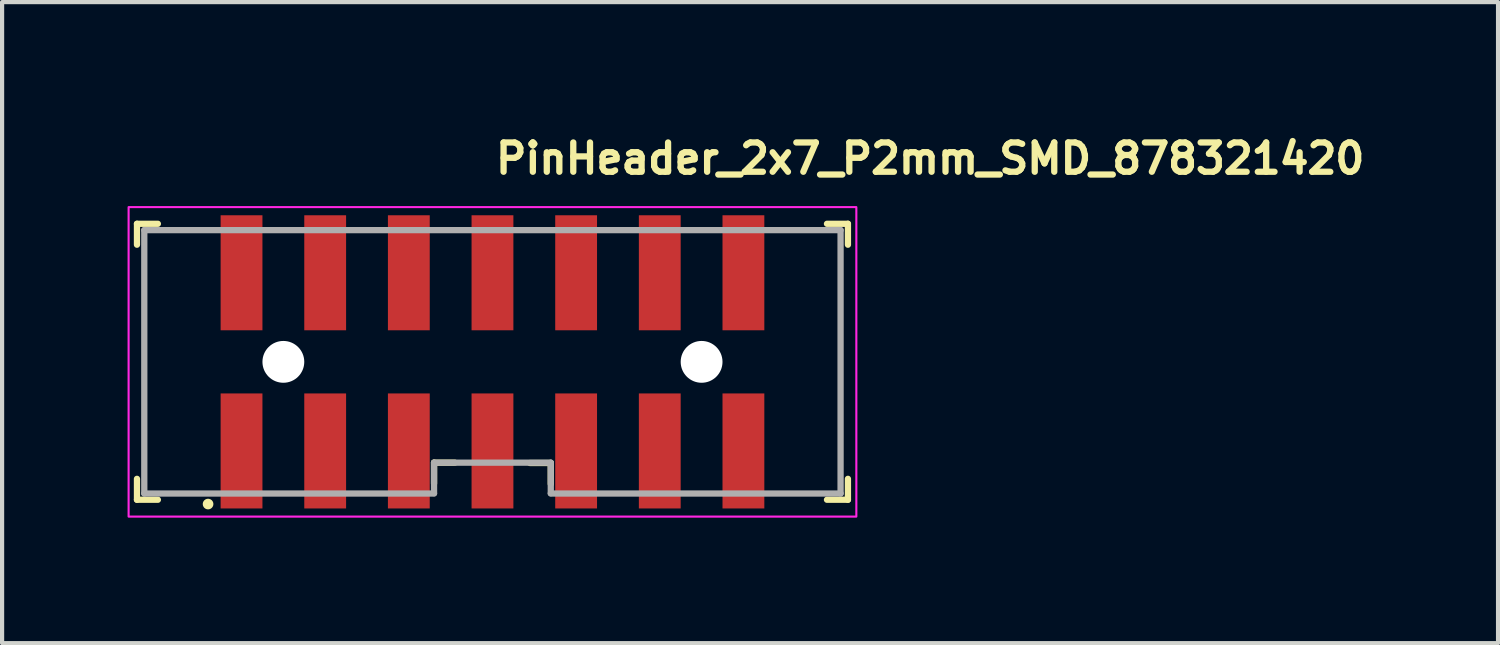
<source format=kicad_pcb>
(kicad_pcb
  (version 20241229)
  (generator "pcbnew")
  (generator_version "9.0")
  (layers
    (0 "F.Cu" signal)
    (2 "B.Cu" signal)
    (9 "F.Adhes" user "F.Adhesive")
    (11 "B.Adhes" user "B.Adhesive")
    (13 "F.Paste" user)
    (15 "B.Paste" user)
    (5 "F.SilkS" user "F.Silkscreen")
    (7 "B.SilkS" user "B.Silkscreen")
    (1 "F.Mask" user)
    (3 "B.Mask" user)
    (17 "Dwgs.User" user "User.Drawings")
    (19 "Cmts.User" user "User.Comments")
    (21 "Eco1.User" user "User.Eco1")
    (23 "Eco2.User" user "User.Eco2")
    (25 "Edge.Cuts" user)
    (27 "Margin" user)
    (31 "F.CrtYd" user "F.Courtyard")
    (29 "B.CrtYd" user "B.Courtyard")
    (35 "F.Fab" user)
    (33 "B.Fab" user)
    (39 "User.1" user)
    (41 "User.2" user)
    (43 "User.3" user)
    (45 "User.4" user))
  (footprint "PinHeader_2x7_P2mm_SMD_878321420"
    (layer "F.Cu")
    (at 8.725 5.602)
    (property "Reference" "PinHeader_2x7_P2mm_SMD_878321420" (at 0 -4.452 0) (layer "F.SilkS") (effects (font (size 0.7 0.7) (thickness 0.15)) (justify left bottom)))
    (attr smd)
    (fp_line (start -8.5 -3.301) (end -8.5 -2.801) (stroke (width 0.15) (type solid)) (layer "F.SilkS"))
    (fp_line (start -8.5 -3.301) (end -8 -3.301) (stroke (width 0.15) (type solid)) (layer "F.SilkS"))
    (fp_line (start -8.5 3.297) (end -8.5 2.797) (stroke (width 0.15) (type solid)) (layer "F.SilkS"))
    (fp_line (start -8.5 3.297) (end -8 3.297) (stroke (width 0.15) (type solid)) (layer "F.SilkS"))
    (fp_line (start -1.397 2.41) (end -1.397 2.91) (stroke (width 0.15) (type solid)) (layer "F.SilkS"))
    (fp_line (start -1.397 2.41) (end -0.9 2.41) (stroke (width 0.15) (type solid)) (layer "F.SilkS"))
    (fp_line (start 1.394 2.418) (end 0.897 2.418) (stroke (width 0.15) (type solid)) (layer "F.SilkS"))
    (fp_line (start 1.394 2.418) (end 1.394 2.918) (stroke (width 0.15) (type solid)) (layer "F.SilkS"))
    (fp_line (start 8.499 -3.301) (end 7.998 -3.301) (stroke (width 0.15) (type solid)) (layer "F.SilkS"))
    (fp_line (start 8.499 -3.301) (end 8.499 -2.801) (stroke (width 0.15) (type solid)) (layer "F.SilkS"))
    (fp_line (start 8.499 3.297) (end 7.998 3.297) (stroke (width 0.15) (type solid)) (layer "F.SilkS"))
    (fp_line (start 8.499 3.297) (end 8.499 2.797) (stroke (width 0.15) (type solid)) (layer "F.SilkS"))
    (fp_circle (center -6.8 3.4) (end -6.748 3.4) (stroke (width 0.15) (type solid)) (fill yes) (layer "F.SilkS"))
    (fp_rect (start -8.7 -3.7) (end 8.7 3.7) (stroke (width 0.05) (type solid)) (fill no) (layer "F.CrtYd"))
    (fp_line (start -8.325 -3.15) (end 8.323 -3.15) (stroke (width 0.15) (type solid)) (layer "F.Fab"))
    (fp_line (start -8.325 3.148) (end -8.325 -3.15) (stroke (width 0.15) (type solid)) (layer "F.Fab"))
    (fp_line (start -8.325 3.148) (end -1.397 3.148) (stroke (width 0.15) (type solid)) (layer "F.Fab"))
    (fp_line (start -1.397 2.41) (end -1.397 3.14) (stroke (width 0.15) (type solid)) (layer "F.Fab"))
    (fp_line (start -1.397 2.41) (end 1.394 2.41) (stroke (width 0.15) (type solid)) (layer "F.Fab"))
    (fp_line (start 1.394 2.41) (end 1.394 3.14) (stroke (width 0.15) (type solid)) (layer "F.Fab"))
    (fp_line (start 1.394 3.148) (end 8.323 3.148) (stroke (width 0.15) (type solid)) (layer "F.Fab"))
    (fp_line (start 8.323 3.148) (end 8.323 -3.15) (stroke (width 0.15) (type solid)) (layer "F.Fab"))
    (fp_rect (start -8.325 -3.15) (end 8.323 3.148) (stroke (width 0.1) (type solid)) (fill no) (layer "User.5"))
    (fp_line (start -8.325 -3.15) (end -8.325 -0.75) (stroke (width 0.02) (type solid)) (layer "User.9"))
    (fp_line (start -8.325 -0.75) (end -8.026 -0.75) (stroke (width 0.02) (type solid)) (layer "User.9"))
    (fp_line (start -8.325 -0.15) (end -8.325 -0.75) (stroke (width 0.02) (type solid)) (layer "User.9"))
    (fp_line (start -8.325 -0.15) (end -7.425 -0.15) (stroke (width 0.02) (type solid)) (layer "User.9"))
    (fp_line (start -8.325 1.148) (end -8.325 -0.15) (stroke (width 0.02) (type solid)) (layer "User.9"))
    (fp_line (start -8.325 1.749) (end -8.325 1.148) (stroke (width 0.02) (type solid)) (layer "User.9"))
    (fp_line (start -8.325 1.749) (end -8.325 3.148) (stroke (width 0.02) (type solid)) (layer "User.9"))
    (fp_line (start -8.026 -2.851) (end 8.025 -2.851) (stroke (width 0.02) (type solid)) (layer "User.9"))
    (fp_line (start -8.026 -0.75) (end -8.026 -2.851) (stroke (width 0.02) (type solid)) (layer "User.9"))
    (fp_line (start -8.026 1.749) (end -8.325 1.749) (stroke (width 0.02) (type solid)) (layer "User.9"))
    (fp_line (start -8.026 2.85) (end -8.026 1.749) (stroke (width 0.02) (type solid)) (layer "User.9"))
    (fp_line (start -7.425 -2.25) (end -8.026 -2.851) (stroke (width 0.02) (type solid)) (layer "User.9"))
    (fp_line (start -7.425 -2.25) (end -7.026 -2.25) (stroke (width 0.02) (type solid)) (layer "User.9"))
    (fp_line (start -7.425 -0.15) (end -8.026 -0.75) (stroke (width 0.02) (type solid)) (layer "User.9"))
    (fp_line (start -7.425 -0.15) (end -7.425 -2.25) (stroke (width 0.02) (type solid)) (layer "User.9"))
    (fp_line (start -7.425 1.148) (end -8.325 1.148) (stroke (width 0.02) (type solid)) (layer "User.9"))
    (fp_line (start -7.425 1.148) (end -8.026 1.749) (stroke (width 0.02) (type solid)) (layer "User.9"))
    (fp_line (start -7.425 2.249) (end -8.026 2.85) (stroke (width 0.02) (type solid)) (layer "User.9"))
    (fp_line (start -7.425 2.249) (end -7.425 1.148) (stroke (width 0.02) (type solid)) (layer "User.9"))
    (fp_line (start -7.026 -2.5) (end -6.396 -2.5) (stroke (width 0.02) (type solid)) (layer "User.9"))
    (fp_line (start -7.026 -2.25) (end -7.026 -2.5) (stroke (width 0.02) (type solid)) (layer "User.9"))
    (fp_line (start -7.026 2.249) (end -7.425 2.249) (stroke (width 0.02) (type solid)) (layer "User.9"))
    (fp_line (start -7.026 2.249) (end -7.026 2.499) (stroke (width 0.02) (type solid)) (layer "User.9"))
    (fp_line (start -7.026 2.499) (end -1.339 2.499) (stroke (width 0.02) (type solid)) (layer "User.9"))
    (fp_line (start -6.396 -2.5) (end -6.396 -2.25) (stroke (width 0.02) (type solid)) (layer "User.9"))
    (fp_line (start -6.396 -2.25) (end -5.595 -2.25) (stroke (width 0.02) (type solid)) (layer "User.9"))
    (fp_line (start -6.327 3.048) (end -5.327 3.048) (stroke (width 0.02) (type solid)) (layer "User.9"))
    (fp_line (start -6.327 3.148) (end -8.325 3.148) (stroke (width 0.02) (type solid)) (layer "User.9"))
    (fp_line (start -6.327 3.148) (end -6.327 3.048) (stroke (width 0.02) (type solid)) (layer "User.9"))
    (fp_line (start -6.327 3.148) (end -5.827 3.148) (stroke (width 0.02) (type solid)) (layer "User.9"))
    (fp_line (start -6.25 -0.75) (end -6.25 -1.25) (stroke (width 0.02) (type solid)) (layer "User.9"))
    (fp_line (start -6.25 1.249) (end -6.25 0.748) (stroke (width 0.02) (type solid)) (layer "User.9"))
    (fp_line (start -6.101 -1.101) (end -6.25 -1.25) (stroke (width 0.02) (type solid)) (layer "User.9"))
    (fp_line (start -6.101 -0.902) (end -6.25 -0.75) (stroke (width 0.02) (type solid)) (layer "User.9"))
    (fp_line (start -6.101 -0.902) (end -6.101 -1.101) (stroke (width 0.02) (type solid)) (layer "User.9"))
    (fp_line (start -6.101 0.9) (end -6.25 0.748) (stroke (width 0.02) (type solid)) (layer "User.9"))
    (fp_line (start -6.101 1.1) (end -6.25 1.249) (stroke (width 0.02) (type solid)) (layer "User.9"))
    (fp_line (start -6.101 1.1) (end -6.101 0.9) (stroke (width 0.02) (type solid)) (layer "User.9"))
    (fp_line (start -5.901 -1.101) (end -6.101 -1.101) (stroke (width 0.02) (type solid)) (layer "User.9"))
    (fp_line (start -5.901 -1.101) (end -5.901 -0.902) (stroke (width 0.02) (type solid)) (layer "User.9"))
    (fp_line (start -5.901 -1.101) (end -5.75 -1.25) (stroke (width 0.02) (type solid)) (layer "User.9"))
    (fp_line (start -5.901 -0.902) (end -6.101 -0.902) (stroke (width 0.02) (type solid)) (layer "User.9"))
    (fp_line (start -5.901 0.9) (end -6.101 0.9) (stroke (width 0.02) (type solid)) (layer "User.9"))
    (fp_line (start -5.901 0.9) (end -5.901 1.1) (stroke (width 0.02) (type solid)) (layer "User.9"))
    (fp_line (start -5.901 0.9) (end -5.75 0.748) (stroke (width 0.02) (type solid)) (layer "User.9"))
    (fp_line (start -5.901 1.1) (end -6.101 1.1) (stroke (width 0.02) (type solid)) (layer "User.9"))
    (fp_line (start -5.901 1.1) (end -5.75 1.249) (stroke (width 0.02) (type solid)) (layer "User.9"))
    (fp_line (start -5.827 3.148) (end -5.827 3.048) (stroke (width 0.02) (type solid)) (layer "User.9"))
    (fp_line (start -5.827 3.148) (end -5.327 3.148) (stroke (width 0.02) (type solid)) (layer "User.9"))
    (fp_line (start -5.75 -1.25) (end -6.25 -1.25) (stroke (width 0.02) (type solid)) (layer "User.9"))
    (fp_line (start -5.75 -1.25) (end -5.75 -0.75) (stroke (width 0.02) (type solid)) (layer "User.9"))
    (fp_line (start -5.75 -0.75) (end -6.25 -0.75) (stroke (width 0.02) (type solid)) (layer "User.9"))
    (fp_line (start -5.75 -0.75) (end -5.901 -0.902) (stroke (width 0.02) (type solid)) (layer "User.9"))
    (fp_line (start -5.75 0.748) (end -6.25 0.748) (stroke (width 0.02) (type solid)) (layer "User.9"))
    (fp_line (start -5.75 0.748) (end -5.75 1.249) (stroke (width 0.02) (type solid)) (layer "User.9"))
    (fp_line (start -5.75 1.249) (end -6.25 1.249) (stroke (width 0.02) (type solid)) (layer "User.9"))
    (fp_line (start -5.614 2.249) (end -2.388 2.249) (stroke (width 0.02) (type solid)) (layer "User.9"))
    (fp_line (start -5.614 2.499) (end -5.614 2.249) (stroke (width 0.02) (type solid)) (layer "User.9"))
    (fp_line (start -5.595 -2.5) (end -0.402 -2.5) (stroke (width 0.02) (type solid)) (layer "User.9"))
    (fp_line (start -5.595 -2.25) (end -5.595 -2.5) (stroke (width 0.02) (type solid)) (layer "User.9"))
    (fp_line (start -5.327 3.148) (end -5.327 3.048) (stroke (width 0.02) (type solid)) (layer "User.9"))
    (fp_line (start -4.25 -0.75) (end -4.25 -1.25) (stroke (width 0.02) (type solid)) (layer "User.9"))
    (fp_line (start -4.25 1.249) (end -4.25 0.748) (stroke (width 0.02) (type solid)) (layer "User.9"))
    (fp_line (start -4.138 2.499) (end -4.202 2.249) (stroke (width 0.02) (type solid)) (layer "User.9"))
    (fp_line (start -4.1 -1.101) (end -4.25 -1.25) (stroke (width 0.02) (type solid)) (layer "User.9"))
    (fp_line (start -4.1 -0.902) (end -4.25 -0.75) (stroke (width 0.02) (type solid)) (layer "User.9"))
    (fp_line (start -4.1 -0.902) (end -4.1 -1.101) (stroke (width 0.02) (type solid)) (layer "User.9"))
    (fp_line (start -4.1 0.9) (end -4.25 0.748) (stroke (width 0.02) (type solid)) (layer "User.9"))
    (fp_line (start -4.1 1.1) (end -4.25 1.249) (stroke (width 0.02) (type solid)) (layer "User.9"))
    (fp_line (start -4.1 1.1) (end -4.1 0.9) (stroke (width 0.02) (type solid)) (layer "User.9"))
    (fp_line (start -3.9 -1.101) (end -4.1 -1.101) (stroke (width 0.02) (type solid)) (layer "User.9"))
    (fp_line (start -3.9 -1.101) (end -3.9 -0.902) (stroke (width 0.02) (type solid)) (layer "User.9"))
    (fp_line (start -3.9 -1.101) (end -3.75 -1.25) (stroke (width 0.02) (type solid)) (layer "User.9"))
    (fp_line (start -3.9 -0.902) (end -4.1 -0.902) (stroke (width 0.02) (type solid)) (layer "User.9"))
    (fp_line (start -3.9 0.9) (end -4.1 0.9) (stroke (width 0.02) (type solid)) (layer "User.9"))
    (fp_line (start -3.9 0.9) (end -3.9 1.1) (stroke (width 0.02) (type solid)) (layer "User.9"))
    (fp_line (start -3.9 0.9) (end -3.75 0.748) (stroke (width 0.02) (type solid)) (layer "User.9"))
    (fp_line (start -3.9 1.1) (end -4.1 1.1) (stroke (width 0.02) (type solid)) (layer "User.9"))
    (fp_line (start -3.9 1.1) (end -3.75 1.249) (stroke (width 0.02) (type solid)) (layer "User.9"))
    (fp_line (start -3.863 2.499) (end -3.801 2.249) (stroke (width 0.02) (type solid)) (layer "User.9"))
    (fp_line (start -3.75 -1.25) (end -4.25 -1.25) (stroke (width 0.02) (type solid)) (layer "User.9"))
    (fp_line (start -3.75 -1.25) (end -3.75 -0.75) (stroke (width 0.02) (type solid)) (layer "User.9"))
    (fp_line (start -3.75 -0.75) (end -4.25 -0.75) (stroke (width 0.02) (type solid)) (layer "User.9"))
    (fp_line (start -3.75 -0.75) (end -3.9 -0.902) (stroke (width 0.02) (type solid)) (layer "User.9"))
    (fp_line (start -3.75 0.748) (end -4.25 0.748) (stroke (width 0.02) (type solid)) (layer "User.9"))
    (fp_line (start -3.75 0.748) (end -3.75 1.249) (stroke (width 0.02) (type solid)) (layer "User.9"))
    (fp_line (start -3.75 1.249) (end -4.25 1.249) (stroke (width 0.02) (type solid)) (layer "User.9"))
    (fp_line (start -2.388 2.499) (end -2.388 2.249) (stroke (width 0.02) (type solid)) (layer "User.9"))
    (fp_line (start -2.25 -0.75) (end -2.25 -1.25) (stroke (width 0.02) (type solid)) (layer "User.9"))
    (fp_line (start -2.25 1.249) (end -2.25 0.748) (stroke (width 0.02) (type solid)) (layer "User.9"))
    (fp_line (start -2.101 -1.101) (end -2.25 -1.25) (stroke (width 0.02) (type solid)) (layer "User.9"))
    (fp_line (start -2.101 -0.902) (end -2.25 -0.75) (stroke (width 0.02) (type solid)) (layer "User.9"))
    (fp_line (start -2.101 -0.902) (end -2.101 -1.101) (stroke (width 0.02) (type solid)) (layer "User.9"))
    (fp_line (start -2.101 0.9) (end -2.25 0.748) (stroke (width 0.02) (type solid)) (layer "User.9"))
    (fp_line (start -2.101 1.1) (end -2.25 1.249) (stroke (width 0.02) (type solid)) (layer "User.9"))
    (fp_line (start -2.101 1.1) (end -2.101 0.9) (stroke (width 0.02) (type solid)) (layer "User.9"))
    (fp_line (start -2 2.85) (end -8.026 2.85) (stroke (width 0.02) (type solid)) (layer "User.9"))
    (fp_line (start -2 2.85) (end -1.972 2.849) (stroke (width 0.02) (type solid)) (layer "User.9"))
    (fp_line (start -2 3.148) (end -5.327 3.148) (stroke (width 0.02) (type solid)) (layer "User.9"))
    (fp_line (start -1.972 2.849) (end -1.942 2.846) (stroke (width 0.02) (type solid)) (layer "User.9"))
    (fp_line (start -1.942 2.846) (end -1.915 2.845) (stroke (width 0.02) (type solid)) (layer "User.9"))
    (fp_line (start -1.915 2.845) (end -1.887 2.841) (stroke (width 0.02) (type solid)) (layer "User.9"))
    (fp_line (start -1.901 -1.101) (end -2.101 -1.101) (stroke (width 0.02) (type solid)) (layer "User.9"))
    (fp_line (start -1.901 -1.101) (end -1.901 -0.902) (stroke (width 0.02) (type solid)) (layer "User.9"))
    (fp_line (start -1.901 -1.101) (end -1.75 -1.25) (stroke (width 0.02) (type solid)) (layer "User.9"))
    (fp_line (start -1.901 -0.902) (end -2.101 -0.902) (stroke (width 0.02) (type solid)) (layer "User.9"))
    (fp_line (start -1.901 0.9) (end -2.101 0.9) (stroke (width 0.02) (type solid)) (layer "User.9"))
    (fp_line (start -1.901 0.9) (end -1.901 1.1) (stroke (width 0.02) (type solid)) (layer "User.9"))
    (fp_line (start -1.901 0.9) (end -1.75 0.748) (stroke (width 0.02) (type solid)) (layer "User.9"))
    (fp_line (start -1.901 1.1) (end -2.101 1.1) (stroke (width 0.02) (type solid)) (layer "User.9"))
    (fp_line (start -1.901 1.1) (end -1.75 1.249) (stroke (width 0.02) (type solid)) (layer "User.9"))
    (fp_line (start -1.887 2.841) (end -1.861 2.837) (stroke (width 0.02) (type solid)) (layer "User.9"))
    (fp_line (start -1.861 2.837) (end -1.835 2.831) (stroke (width 0.02) (type solid)) (layer "User.9"))
    (fp_line (start -1.835 2.831) (end -1.809 2.826) (stroke (width 0.02) (type solid)) (layer "User.9"))
    (fp_line (start -1.809 2.826) (end -1.784 2.819) (stroke (width 0.02) (type solid)) (layer "User.9"))
    (fp_line (start -1.784 2.819) (end -1.76 2.813) (stroke (width 0.02) (type solid)) (layer "User.9"))
    (fp_line (start -1.76 2.813) (end -1.736 2.805) (stroke (width 0.02) (type solid)) (layer "User.9"))
    (fp_line (start -1.75 -1.25) (end -2.25 -1.25) (stroke (width 0.02) (type solid)) (layer "User.9"))
    (fp_line (start -1.75 -1.25) (end -1.75 -0.75) (stroke (width 0.02) (type solid)) (layer "User.9"))
    (fp_line (start -1.75 -0.75) (end -2.25 -0.75) (stroke (width 0.02) (type solid)) (layer "User.9"))
    (fp_line (start -1.75 -0.75) (end -1.901 -0.902) (stroke (width 0.02) (type solid)) (layer "User.9"))
    (fp_line (start -1.75 0.748) (end -2.25 0.748) (stroke (width 0.02) (type solid)) (layer "User.9"))
    (fp_line (start -1.75 0.748) (end -1.75 1.249) (stroke (width 0.02) (type solid)) (layer "User.9"))
    (fp_line (start -1.75 1.249) (end -2.25 1.249) (stroke (width 0.02) (type solid)) (layer "User.9"))
    (fp_line (start -1.736 2.805) (end -1.714 2.796) (stroke (width 0.02) (type solid)) (layer "User.9"))
    (fp_line (start -1.714 2.796) (end -1.692 2.786) (stroke (width 0.02) (type solid)) (layer "User.9"))
    (fp_line (start -1.692 2.786) (end -1.67 2.777) (stroke (width 0.02) (type solid)) (layer "User.9"))
    (fp_line (start -1.67 2.777) (end -1.649 2.766) (stroke (width 0.02) (type solid)) (layer "User.9"))
    (fp_line (start -1.649 2.766) (end -1.607 2.745) (stroke (width 0.02) (type solid)) (layer "User.9"))
    (fp_line (start -1.607 2.745) (end -1.607 2.745) (stroke (width 0.02) (type solid)) (layer "User.9"))
    (fp_line (start -1.607 2.745) (end -1.587 2.733) (stroke (width 0.02) (type solid)) (layer "User.9"))
    (fp_line (start -1.587 2.733) (end -1.567 2.721) (stroke (width 0.02) (type solid)) (layer "User.9"))
    (fp_line (start -1.567 2.721) (end -1.549 2.709) (stroke (width 0.02) (type solid)) (layer "User.9"))
    (fp_line (start -1.549 2.709) (end -1.53 2.696) (stroke (width 0.02) (type solid)) (layer "User.9"))
    (fp_line (start -1.53 2.696) (end -1.512 2.681) (stroke (width 0.02) (type solid)) (layer "User.9"))
    (fp_line (start -1.512 2.681) (end -1.494 2.668) (stroke (width 0.02) (type solid)) (layer "User.9"))
    (fp_line (start -1.494 2.668) (end -1.476 2.653) (stroke (width 0.02) (type solid)) (layer "User.9"))
    (fp_line (start -1.476 2.653) (end -1.46 2.639) (stroke (width 0.02) (type solid)) (layer "User.9"))
    (fp_line (start -1.46 2.639) (end -1.442 2.623) (stroke (width 0.02) (type solid)) (layer "User.9"))
    (fp_line (start -1.442 2.623) (end -1.426 2.607) (stroke (width 0.02) (type solid)) (layer "User.9"))
    (fp_line (start -1.436 3.148) (end -2 3.148) (stroke (width 0.02) (type solid)) (layer "User.9"))
    (fp_line (start -1.436 3.148) (end -1.436 3.148) (stroke (width 0.02) (type solid)) (layer "User.9"))
    (fp_line (start -1.426 2.607) (end -1.41 2.589) (stroke (width 0.02) (type solid)) (layer "User.9"))
    (fp_line (start -1.41 2.589) (end -1.395 2.572) (stroke (width 0.02) (type solid)) (layer "User.9"))
    (fp_line (start -1.395 2.572) (end -1.381 2.555) (stroke (width 0.02) (type solid)) (layer "User.9"))
    (fp_line (start -1.381 2.555) (end -1.367 2.536) (stroke (width 0.02) (type solid)) (layer "User.9"))
    (fp_line (start -1.367 2.536) (end -1.353 2.519) (stroke (width 0.02) (type solid)) (layer "User.9"))
    (fp_line (start -1.353 2.519) (end -1.339 2.499) (stroke (width 0.02) (type solid)) (layer "User.9"))
    (fp_line (start -1.339 2.499) (end -1.2 2.499) (stroke (width 0.02) (type solid)) (layer "User.9"))
    (fp_line (start -1.323 3.148) (end -1.436 3.148) (stroke (width 0.02) (type solid)) (layer "User.9"))
    (fp_line (start -1.323 3.148) (end -1.323 3.148) (stroke (width 0.02) (type solid)) (layer "User.9"))
    (fp_line (start -1.28 3.148) (end -1.323 3.148) (stroke (width 0.02) (type solid)) (layer "User.9"))
    (fp_line (start -1.28 3.148) (end -1.28 3.148) (stroke (width 0.02) (type solid)) (layer "User.9"))
    (fp_line (start -1.246 3.148) (end -1.28 3.148) (stroke (width 0.02) (type solid)) (layer "User.9"))
    (fp_line (start -1.246 3.148) (end -1.246 3.148) (stroke (width 0.02) (type solid)) (layer "User.9"))
    (fp_line (start -1.222 3.148) (end -1.246 3.148) (stroke (width 0.02) (type solid)) (layer "User.9"))
    (fp_line (start -1.222 3.148) (end -1.222 3.148) (stroke (width 0.02) (type solid)) (layer "User.9"))
    (fp_line (start -1.206 3.148) (end -1.222 3.148) (stroke (width 0.02) (type solid)) (layer "User.9"))
    (fp_line (start -1.206 3.148) (end -1.206 3.148) (stroke (width 0.02) (type solid)) (layer "User.9"))
    (fp_line (start -1.2 3.148) (end -1.206 3.148) (stroke (width 0.02) (type solid)) (layer "User.9"))
    (fp_line (start -1.2 3.148) (end -1.2 2.499) (stroke (width 0.02) (type solid)) (layer "User.9"))
    (fp_line (start -1.2 3.148) (end 1.199 3.148) (stroke (width 0.02) (type solid)) (layer "User.9"))
    (fp_line (start -0.402 -2.5) (end -0.402 -2.25) (stroke (width 0.02) (type solid)) (layer "User.9"))
    (fp_line (start -0.402 -2.25) (end 0.4 -2.25) (stroke (width 0.02) (type solid)) (layer "User.9"))
    (fp_line (start -0.25 -0.75) (end -0.25 -1.25) (stroke (width 0.02) (type solid)) (layer "User.9"))
    (fp_line (start -0.25 1.249) (end -0.25 0.748) (stroke (width 0.02) (type solid)) (layer "User.9"))
    (fp_line (start -0.102 -1.101) (end -0.25 -1.25) (stroke (width 0.02) (type solid)) (layer "User.9"))
    (fp_line (start -0.102 -0.902) (end -0.25 -0.75) (stroke (width 0.02) (type solid)) (layer "User.9"))
    (fp_line (start -0.102 -0.902) (end -0.102 -1.101) (stroke (width 0.02) (type solid)) (layer "User.9"))
    (fp_line (start -0.102 0.9) (end -0.25 0.748) (stroke (width 0.02) (type solid)) (layer "User.9"))
    (fp_line (start -0.102 1.1) (end -0.25 1.249) (stroke (width 0.02) (type solid)) (layer "User.9"))
    (fp_line (start -0.102 1.1) (end -0.102 0.9) (stroke (width 0.02) (type solid)) (layer "User.9"))
    (fp_line (start 0.1 -1.101) (end -0.102 -1.101) (stroke (width 0.02) (type solid)) (layer "User.9"))
    (fp_line (start 0.1 -1.101) (end 0.1 -0.902) (stroke (width 0.02) (type solid)) (layer "User.9"))
    (fp_line (start 0.1 -1.101) (end 0.248 -1.25) (stroke (width 0.02) (type solid)) (layer "User.9"))
    (fp_line (start 0.1 -0.902) (end -0.102 -0.902) (stroke (width 0.02) (type solid)) (layer "User.9"))
    (fp_line (start 0.1 0.9) (end -0.102 0.9) (stroke (width 0.02) (type solid)) (layer "User.9"))
    (fp_line (start 0.1 0.9) (end 0.1 1.1) (stroke (width 0.02) (type solid)) (layer "User.9"))
    (fp_line (start 0.1 0.9) (end 0.248 0.748) (stroke (width 0.02) (type solid)) (layer "User.9"))
    (fp_line (start 0.1 1.1) (end -0.102 1.1) (stroke (width 0.02) (type solid)) (layer "User.9"))
    (fp_line (start 0.1 1.1) (end 0.248 1.249) (stroke (width 0.02) (type solid)) (layer "User.9"))
    (fp_line (start 0.248 -1.25) (end -0.25 -1.25) (stroke (width 0.02) (type solid)) (layer "User.9"))
    (fp_line (start 0.248 -1.25) (end 0.248 -0.75) (stroke (width 0.02) (type solid)) (layer "User.9"))
    (fp_line (start 0.248 -0.75) (end -0.25 -0.75) (stroke (width 0.02) (type solid)) (layer "User.9"))
    (fp_line (start 0.248 -0.75) (end 0.1 -0.902) (stroke (width 0.02) (type solid)) (layer "User.9"))
    (fp_line (start 0.248 0.748) (end -0.25 0.748) (stroke (width 0.02) (type solid)) (layer "User.9"))
    (fp_line (start 0.248 0.748) (end 0.248 1.249) (stroke (width 0.02) (type solid)) (layer "User.9"))
    (fp_line (start 0.248 1.249) (end -0.25 1.249) (stroke (width 0.02) (type solid)) (layer "User.9"))
    (fp_line (start 0.4 -2.5) (end 5.594 -2.5) (stroke (width 0.02) (type solid)) (layer "User.9"))
    (fp_line (start 0.4 -2.25) (end 0.4 -2.5) (stroke (width 0.02) (type solid)) (layer "User.9"))
    (fp_line (start 1.199 2.499) (end 1.199 3.148) (stroke (width 0.02) (type solid)) (layer "User.9"))
    (fp_line (start 1.199 2.499) (end 1.338 2.499) (stroke (width 0.02) (type solid)) (layer "User.9"))
    (fp_line (start 1.205 3.148) (end 1.199 3.148) (stroke (width 0.02) (type solid)) (layer "User.9"))
    (fp_line (start 1.205 3.148) (end 1.205 3.148) (stroke (width 0.02) (type solid)) (layer "User.9"))
    (fp_line (start 1.219 3.148) (end 1.205 3.148) (stroke (width 0.02) (type solid)) (layer "User.9"))
    (fp_line (start 1.219 3.148) (end 1.219 3.148) (stroke (width 0.02) (type solid)) (layer "User.9"))
    (fp_line (start 1.243 3.148) (end 1.219 3.148) (stroke (width 0.02) (type solid)) (layer "User.9"))
    (fp_line (start 1.243 3.148) (end 1.243 3.148) (stroke (width 0.02) (type solid)) (layer "User.9"))
    (fp_line (start 1.279 3.148) (end 1.243 3.148) (stroke (width 0.02) (type solid)) (layer "User.9"))
    (fp_line (start 1.279 3.148) (end 1.279 3.148) (stroke (width 0.02) (type solid)) (layer "User.9"))
    (fp_line (start 1.322 3.148) (end 1.279 3.148) (stroke (width 0.02) (type solid)) (layer "User.9"))
    (fp_line (start 1.322 3.148) (end 1.322 3.148) (stroke (width 0.02) (type solid)) (layer "User.9"))
    (fp_line (start 1.338 2.499) (end 1.35 2.519) (stroke (width 0.02) (type solid)) (layer "User.9"))
    (fp_line (start 1.338 2.499) (end 7.025 2.499) (stroke (width 0.02) (type solid)) (layer "User.9"))
    (fp_line (start 1.35 2.519) (end 1.364 2.536) (stroke (width 0.02) (type solid)) (layer "User.9"))
    (fp_line (start 1.364 2.536) (end 1.38 2.555) (stroke (width 0.02) (type solid)) (layer "User.9"))
    (fp_line (start 1.374 3.148) (end 1.322 3.148) (stroke (width 0.02) (type solid)) (layer "User.9"))
    (fp_line (start 1.374 3.148) (end 1.374 3.148) (stroke (width 0.02) (type solid)) (layer "User.9"))
    (fp_line (start 1.38 2.555) (end 1.394 2.572) (stroke (width 0.02) (type solid)) (layer "User.9"))
    (fp_line (start 1.394 2.572) (end 1.409 2.589) (stroke (width 0.02) (type solid)) (layer "User.9"))
    (fp_line (start 1.409 2.589) (end 1.425 2.607) (stroke (width 0.02) (type solid)) (layer "User.9"))
    (fp_line (start 1.425 2.607) (end 1.441 2.623) (stroke (width 0.02) (type solid)) (layer "User.9"))
    (fp_line (start 1.433 3.148) (end 1.374 3.148) (stroke (width 0.02) (type solid)) (layer "User.9"))
    (fp_line (start 1.433 3.148) (end 1.433 3.148) (stroke (width 0.02) (type solid)) (layer "User.9"))
    (fp_line (start 1.441 2.623) (end 1.457 2.639) (stroke (width 0.02) (type solid)) (layer "User.9"))
    (fp_line (start 1.457 2.639) (end 1.475 2.653) (stroke (width 0.02) (type solid)) (layer "User.9"))
    (fp_line (start 1.475 2.653) (end 1.491 2.668) (stroke (width 0.02) (type solid)) (layer "User.9"))
    (fp_line (start 1.491 2.668) (end 1.509 2.681) (stroke (width 0.02) (type solid)) (layer "User.9"))
    (fp_line (start 1.509 2.681) (end 1.527 2.696) (stroke (width 0.02) (type solid)) (layer "User.9"))
    (fp_line (start 1.527 2.696) (end 1.546 2.709) (stroke (width 0.02) (type solid)) (layer "User.9"))
    (fp_line (start 1.546 2.709) (end 1.566 2.721) (stroke (width 0.02) (type solid)) (layer "User.9"))
    (fp_line (start 1.566 2.721) (end 1.584 2.733) (stroke (width 0.02) (type solid)) (layer "User.9"))
    (fp_line (start 1.584 2.733) (end 1.604 2.745) (stroke (width 0.02) (type solid)) (layer "User.9"))
    (fp_line (start 1.604 2.745) (end 1.604 2.745) (stroke (width 0.02) (type solid)) (layer "User.9"))
    (fp_line (start 1.604 2.745) (end 1.626 2.757) (stroke (width 0.02) (type solid)) (layer "User.9"))
    (fp_line (start 1.626 2.757) (end 1.646 2.766) (stroke (width 0.02) (type solid)) (layer "User.9"))
    (fp_line (start 1.646 2.766) (end 1.667 2.777) (stroke (width 0.02) (type solid)) (layer "User.9"))
    (fp_line (start 1.667 2.777) (end 1.689 2.786) (stroke (width 0.02) (type solid)) (layer "User.9"))
    (fp_line (start 1.689 2.786) (end 1.713 2.796) (stroke (width 0.02) (type solid)) (layer "User.9"))
    (fp_line (start 1.713 2.796) (end 1.735 2.805) (stroke (width 0.02) (type solid)) (layer "User.9"))
    (fp_line (start 1.735 2.805) (end 1.759 2.813) (stroke (width 0.02) (type solid)) (layer "User.9"))
    (fp_line (start 1.749 -0.75) (end 1.749 -1.25) (stroke (width 0.02) (type solid)) (layer "User.9"))
    (fp_line (start 1.749 1.249) (end 1.749 0.748) (stroke (width 0.02) (type solid)) (layer "User.9"))
    (fp_line (start 1.759 2.813) (end 1.783 2.819) (stroke (width 0.02) (type solid)) (layer "User.9"))
    (fp_line (start 1.783 2.819) (end 1.806 2.826) (stroke (width 0.02) (type solid)) (layer "User.9"))
    (fp_line (start 1.806 2.826) (end 1.832 2.831) (stroke (width 0.02) (type solid)) (layer "User.9"))
    (fp_line (start 1.832 2.831) (end 1.858 2.837) (stroke (width 0.02) (type solid)) (layer "User.9"))
    (fp_line (start 1.858 2.837) (end 1.884 2.841) (stroke (width 0.02) (type solid)) (layer "User.9"))
    (fp_line (start 1.884 2.841) (end 1.912 2.845) (stroke (width 0.02) (type solid)) (layer "User.9"))
    (fp_line (start 1.898 -1.101) (end 1.749 -1.25) (stroke (width 0.02) (type solid)) (layer "User.9"))
    (fp_line (start 1.898 -0.902) (end 1.749 -0.75) (stroke (width 0.02) (type solid)) (layer "User.9"))
    (fp_line (start 1.898 -0.902) (end 1.898 -1.101) (stroke (width 0.02) (type solid)) (layer "User.9"))
    (fp_line (start 1.898 0.9) (end 1.749 0.748) (stroke (width 0.02) (type solid)) (layer "User.9"))
    (fp_line (start 1.898 1.1) (end 1.749 1.249) (stroke (width 0.02) (type solid)) (layer "User.9"))
    (fp_line (start 1.898 1.1) (end 1.898 0.9) (stroke (width 0.02) (type solid)) (layer "User.9"))
    (fp_line (start 1.912 2.845) (end 1.941 2.846) (stroke (width 0.02) (type solid)) (layer "User.9"))
    (fp_line (start 1.941 2.846) (end 1.969 2.849) (stroke (width 0.02) (type solid)) (layer "User.9"))
    (fp_line (start 1.969 2.849) (end 1.999 2.85) (stroke (width 0.02) (type solid)) (layer "User.9"))
    (fp_line (start 1.999 3.148) (end 1.433 3.148) (stroke (width 0.02) (type solid)) (layer "User.9"))
    (fp_line (start 2.1 -1.101) (end 1.898 -1.101) (stroke (width 0.02) (type solid)) (layer "User.9"))
    (fp_line (start 2.1 -1.101) (end 2.1 -0.902) (stroke (width 0.02) (type solid)) (layer "User.9"))
    (fp_line (start 2.1 -1.101) (end 2.249 -1.25) (stroke (width 0.02) (type solid)) (layer "User.9"))
    (fp_line (start 2.1 -0.902) (end 1.898 -0.902) (stroke (width 0.02) (type solid)) (layer "User.9"))
    (fp_line (start 2.1 0.9) (end 1.898 0.9) (stroke (width 0.02) (type solid)) (layer "User.9"))
    (fp_line (start 2.1 0.9) (end 2.1 1.1) (stroke (width 0.02) (type solid)) (layer "User.9"))
    (fp_line (start 2.1 0.9) (end 2.249 0.748) (stroke (width 0.02) (type solid)) (layer "User.9"))
    (fp_line (start 2.1 1.1) (end 1.898 1.1) (stroke (width 0.02) (type solid)) (layer "User.9"))
    (fp_line (start 2.1 1.1) (end 2.249 1.249) (stroke (width 0.02) (type solid)) (layer "User.9"))
    (fp_line (start 2.249 -1.25) (end 1.749 -1.25) (stroke (width 0.02) (type solid)) (layer "User.9"))
    (fp_line (start 2.249 -1.25) (end 2.249 -0.75) (stroke (width 0.02) (type solid)) (layer "User.9"))
    (fp_line (start 2.249 -0.75) (end 1.749 -0.75) (stroke (width 0.02) (type solid)) (layer "User.9"))
    (fp_line (start 2.249 -0.75) (end 2.1 -0.902) (stroke (width 0.02) (type solid)) (layer "User.9"))
    (fp_line (start 2.249 0.748) (end 1.749 0.748) (stroke (width 0.02) (type solid)) (layer "User.9"))
    (fp_line (start 2.249 0.748) (end 2.249 1.249) (stroke (width 0.02) (type solid)) (layer "User.9"))
    (fp_line (start 2.249 1.249) (end 1.749 1.249) (stroke (width 0.02) (type solid)) (layer "User.9"))
    (fp_line (start 2.386 2.499) (end 2.386 2.249) (stroke (width 0.02) (type solid)) (layer "User.9"))
    (fp_line (start 3.749 -0.75) (end 3.749 -1.25) (stroke (width 0.02) (type solid)) (layer "User.9"))
    (fp_line (start 3.749 1.249) (end 3.749 0.748) (stroke (width 0.02) (type solid)) (layer "User.9"))
    (fp_line (start 3.862 2.499) (end 3.798 2.249) (stroke (width 0.02) (type solid)) (layer "User.9"))
    (fp_line (start 3.898 -1.101) (end 3.749 -1.25) (stroke (width 0.02) (type solid)) (layer "User.9"))
    (fp_line (start 3.898 -0.902) (end 3.749 -0.75) (stroke (width 0.02) (type solid)) (layer "User.9"))
    (fp_line (start 3.898 -0.902) (end 3.898 -1.101) (stroke (width 0.02) (type solid)) (layer "User.9"))
    (fp_line (start 3.898 0.9) (end 3.749 0.748) (stroke (width 0.02) (type solid)) (layer "User.9"))
    (fp_line (start 3.898 1.1) (end 3.749 1.249) (stroke (width 0.02) (type solid)) (layer "User.9"))
    (fp_line (start 3.898 1.1) (end 3.898 0.9) (stroke (width 0.02) (type solid)) (layer "User.9"))
    (fp_line (start 4.099 -1.101) (end 3.898 -1.101) (stroke (width 0.02) (type solid)) (layer "User.9"))
    (fp_line (start 4.099 -1.101) (end 4.099 -0.902) (stroke (width 0.02) (type solid)) (layer "User.9"))
    (fp_line (start 4.099 -1.101) (end 4.248 -1.25) (stroke (width 0.02) (type solid)) (layer "User.9"))
    (fp_line (start 4.099 -0.902) (end 3.898 -0.902) (stroke (width 0.02) (type solid)) (layer "User.9"))
    (fp_line (start 4.099 0.9) (end 3.898 0.9) (stroke (width 0.02) (type solid)) (layer "User.9"))
    (fp_line (start 4.099 0.9) (end 4.099 1.1) (stroke (width 0.02) (type solid)) (layer "User.9"))
    (fp_line (start 4.099 0.9) (end 4.248 0.748) (stroke (width 0.02) (type solid)) (layer "User.9"))
    (fp_line (start 4.099 1.1) (end 3.898 1.1) (stroke (width 0.02) (type solid)) (layer "User.9"))
    (fp_line (start 4.099 1.1) (end 4.248 1.249) (stroke (width 0.02) (type solid)) (layer "User.9"))
    (fp_line (start 4.137 2.499) (end 4.2 2.249) (stroke (width 0.02) (type solid)) (layer "User.9"))
    (fp_line (start 4.248 -1.25) (end 3.749 -1.25) (stroke (width 0.02) (type solid)) (layer "User.9"))
    (fp_line (start 4.248 -1.25) (end 4.248 -0.75) (stroke (width 0.02) (type solid)) (layer "User.9"))
    (fp_line (start 4.248 -0.75) (end 3.749 -0.75) (stroke (width 0.02) (type solid)) (layer "User.9"))
    (fp_line (start 4.248 -0.75) (end 4.099 -0.902) (stroke (width 0.02) (type solid)) (layer "User.9"))
    (fp_line (start 4.248 0.748) (end 3.749 0.748) (stroke (width 0.02) (type solid)) (layer "User.9"))
    (fp_line (start 4.248 0.748) (end 4.248 1.249) (stroke (width 0.02) (type solid)) (layer "User.9"))
    (fp_line (start 4.248 1.249) (end 3.749 1.249) (stroke (width 0.02) (type solid)) (layer "User.9"))
    (fp_line (start 5.594 -2.5) (end 5.594 -2.25) (stroke (width 0.02) (type solid)) (layer "User.9"))
    (fp_line (start 5.594 -2.25) (end 6.393 -2.25) (stroke (width 0.02) (type solid)) (layer "User.9"))
    (fp_line (start 5.611 2.249) (end 2.386 2.249) (stroke (width 0.02) (type solid)) (layer "User.9"))
    (fp_line (start 5.611 2.499) (end 5.611 2.249) (stroke (width 0.02) (type solid)) (layer "User.9"))
    (fp_line (start 5.749 -0.75) (end 5.749 -1.25) (stroke (width 0.02) (type solid)) (layer "User.9"))
    (fp_line (start 5.749 1.249) (end 5.749 0.748) (stroke (width 0.02) (type solid)) (layer "User.9"))
    (fp_line (start 5.9 -1.101) (end 5.749 -1.25) (stroke (width 0.02) (type solid)) (layer "User.9"))
    (fp_line (start 5.9 -0.902) (end 5.749 -0.75) (stroke (width 0.02) (type solid)) (layer "User.9"))
    (fp_line (start 5.9 -0.902) (end 5.9 -1.101) (stroke (width 0.02) (type solid)) (layer "User.9"))
    (fp_line (start 5.9 0.9) (end 5.749 0.748) (stroke (width 0.02) (type solid)) (layer "User.9"))
    (fp_line (start 5.9 1.1) (end 5.749 1.249) (stroke (width 0.02) (type solid)) (layer "User.9"))
    (fp_line (start 5.9 1.1) (end 5.9 0.9) (stroke (width 0.02) (type solid)) (layer "User.9"))
    (fp_line (start 6.099 -1.101) (end 5.9 -1.101) (stroke (width 0.02) (type solid)) (layer "User.9"))
    (fp_line (start 6.099 -1.101) (end 6.099 -0.902) (stroke (width 0.02) (type solid)) (layer "User.9"))
    (fp_line (start 6.099 -1.101) (end 6.249 -1.25) (stroke (width 0.02) (type solid)) (layer "User.9"))
    (fp_line (start 6.099 -0.902) (end 5.9 -0.902) (stroke (width 0.02) (type solid)) (layer "User.9"))
    (fp_line (start 6.099 0.9) (end 5.9 0.9) (stroke (width 0.02) (type solid)) (layer "User.9"))
    (fp_line (start 6.099 0.9) (end 6.099 1.1) (stroke (width 0.02) (type solid)) (layer "User.9"))
    (fp_line (start 6.099 0.9) (end 6.249 0.748) (stroke (width 0.02) (type solid)) (layer "User.9"))
    (fp_line (start 6.099 1.1) (end 5.9 1.1) (stroke (width 0.02) (type solid)) (layer "User.9"))
    (fp_line (start 6.099 1.1) (end 6.249 1.249) (stroke (width 0.02) (type solid)) (layer "User.9"))
    (fp_line (start 6.249 -1.25) (end 5.749 -1.25) (stroke (width 0.02) (type solid)) (layer "User.9"))
    (fp_line (start 6.249 -1.25) (end 6.249 -0.75) (stroke (width 0.02) (type solid)) (layer "User.9"))
    (fp_line (start 6.249 -0.75) (end 5.749 -0.75) (stroke (width 0.02) (type solid)) (layer "User.9"))
    (fp_line (start 6.249 -0.75) (end 6.099 -0.902) (stroke (width 0.02) (type solid)) (layer "User.9"))
    (fp_line (start 6.249 0.748) (end 5.749 0.748) (stroke (width 0.02) (type solid)) (layer "User.9"))
    (fp_line (start 6.249 0.748) (end 6.249 1.249) (stroke (width 0.02) (type solid)) (layer "User.9"))
    (fp_line (start 6.249 1.249) (end 5.749 1.249) (stroke (width 0.02) (type solid)) (layer "User.9"))
    (fp_line (start 6.393 -2.5) (end 7.025 -2.5) (stroke (width 0.02) (type solid)) (layer "User.9"))
    (fp_line (start 6.393 -2.25) (end 6.393 -2.5) (stroke (width 0.02) (type solid)) (layer "User.9"))
    (fp_line (start 7.025 -2.25) (end 7.025 -2.5) (stroke (width 0.02) (type solid)) (layer "User.9"))
    (fp_line (start 7.025 -2.25) (end 7.424 -2.25) (stroke (width 0.02) (type solid)) (layer "User.9"))
    (fp_line (start 7.025 2.249) (end 7.025 2.499) (stroke (width 0.02) (type solid)) (layer "User.9"))
    (fp_line (start 7.424 -2.25) (end 7.424 -1.151) (stroke (width 0.02) (type solid)) (layer "User.9"))
    (fp_line (start 7.424 -2.25) (end 8.025 -2.851) (stroke (width 0.02) (type solid)) (layer "User.9"))
    (fp_line (start 7.424 -1.151) (end 8.025 -1.75) (stroke (width 0.02) (type solid)) (layer "User.9"))
    (fp_line (start 7.424 -1.151) (end 8.323 -1.151) (stroke (width 0.02) (type solid)) (layer "User.9"))
    (fp_line (start 7.424 0.148) (end 7.424 2.249) (stroke (width 0.02) (type solid)) (layer "User.9"))
    (fp_line (start 7.424 0.148) (end 8.025 0.748) (stroke (width 0.02) (type solid)) (layer "User.9"))
    (fp_line (start 7.424 2.249) (end 7.025 2.249) (stroke (width 0.02) (type solid)) (layer "User.9"))
    (fp_line (start 7.424 2.249) (end 8.025 2.85) (stroke (width 0.02) (type solid)) (layer "User.9"))
    (fp_line (start 8.025 -2.851) (end 8.025 -1.75) (stroke (width 0.02) (type solid)) (layer "User.9"))
    (fp_line (start 8.025 -1.75) (end 8.323 -1.75) (stroke (width 0.02) (type solid)) (layer "User.9"))
    (fp_line (start 8.025 0.748) (end 8.025 2.85) (stroke (width 0.02) (type solid)) (layer "User.9"))
    (fp_line (start 8.025 2.85) (end 1.999 2.85) (stroke (width 0.02) (type solid)) (layer "User.9"))
    (fp_line (start 8.323 -3.15) (end -8.325 -3.15) (stroke (width 0.02) (type solid)) (layer "User.9"))
    (fp_line (start 8.323 -3.15) (end 8.323 -1.75) (stroke (width 0.02) (type solid)) (layer "User.9"))
    (fp_line (start 8.323 -1.75) (end 8.323 -1.151) (stroke (width 0.02) (type solid)) (layer "User.9"))
    (fp_line (start 8.323 0.148) (end 7.424 0.148) (stroke (width 0.02) (type solid)) (layer "User.9"))
    (fp_line (start 8.323 0.148) (end 8.323 -1.151) (stroke (width 0.02) (type solid)) (layer "User.9"))
    (fp_line (start 8.323 0.148) (end 8.323 0.748) (stroke (width 0.02) (type solid)) (layer "User.9"))
    (fp_line (start 8.323 0.748) (end 8.025 0.748) (stroke (width 0.02) (type solid)) (layer "User.9"))
    (fp_line (start 8.323 0.748) (end 8.323 3.148) (stroke (width 0.02) (type solid)) (layer "User.9"))
    (fp_line (start 8.323 3.148) (end 1.999 3.148) (stroke (width 0.02) (type solid)) (layer "User.9"))
    (pad "" np_thru_hole circle (at -5 0) (size 1 1) (drill 1) (layers "*.Cu" "*.Mask"))
    (pad "" np_thru_hole circle (at 5 0) (size 1 1) (drill 1) (layers "*.Cu" "*.Mask"))
    (pad "1" smd rect (at -6 2.13) (size 1 2.75) (layers "F.Cu" "F.Mask" "F.Paste"))
    (pad "2" smd rect (at -6 -2.13) (size 1 2.75) (layers "F.Cu" "F.Mask" "F.Paste"))
    (pad "3" smd rect (at -4 2.13) (size 1 2.75) (layers "F.Cu" "F.Mask" "F.Paste"))
    (pad "4" smd rect (at -4 -2.13) (size 1 2.75) (layers "F.Cu" "F.Mask" "F.Paste"))
    (pad "5" smd rect (at -2 2.13) (size 1 2.75) (layers "F.Cu" "F.Mask" "F.Paste"))
    (pad "6" smd rect (at -2 -2.13) (size 1 2.75) (layers "F.Cu" "F.Mask" "F.Paste"))
    (pad "7" smd rect (at 0 2.13) (size 1 2.75) (layers "F.Cu" "F.Mask" "F.Paste"))
    (pad "8" smd rect (at 0 -2.13) (size 1 2.75) (layers "F.Cu" "F.Mask" "F.Paste"))
    (pad "9" smd rect (at 2 2.13) (size 1 2.75) (layers "F.Cu" "F.Mask" "F.Paste"))
    (pad "10" smd rect (at 2 -2.13) (size 1 2.75) (layers "F.Cu" "F.Mask" "F.Paste"))
    (pad "11" smd rect (at 4 2.13) (size 1 2.75) (layers "F.Cu" "F.Mask" "F.Paste"))
    (pad "12" smd rect (at 4 -2.13) (size 1 2.75) (layers "F.Cu" "F.Mask" "F.Paste"))
    (pad "13" smd rect (at 6 2.13) (size 1 2.75) (layers "F.Cu" "F.Mask" "F.Paste"))
    (pad "14" smd rect (at 6 -2.13) (size 1 2.75) (layers "F.Cu" "F.Mask" "F.Paste")))
  (gr_rect
    (start -3 -3)
    (end 32.768 12.327)
    (stroke (width 0.1) (type default))
    (fill no)
    (layer "Edge.Cuts")))
</source>
